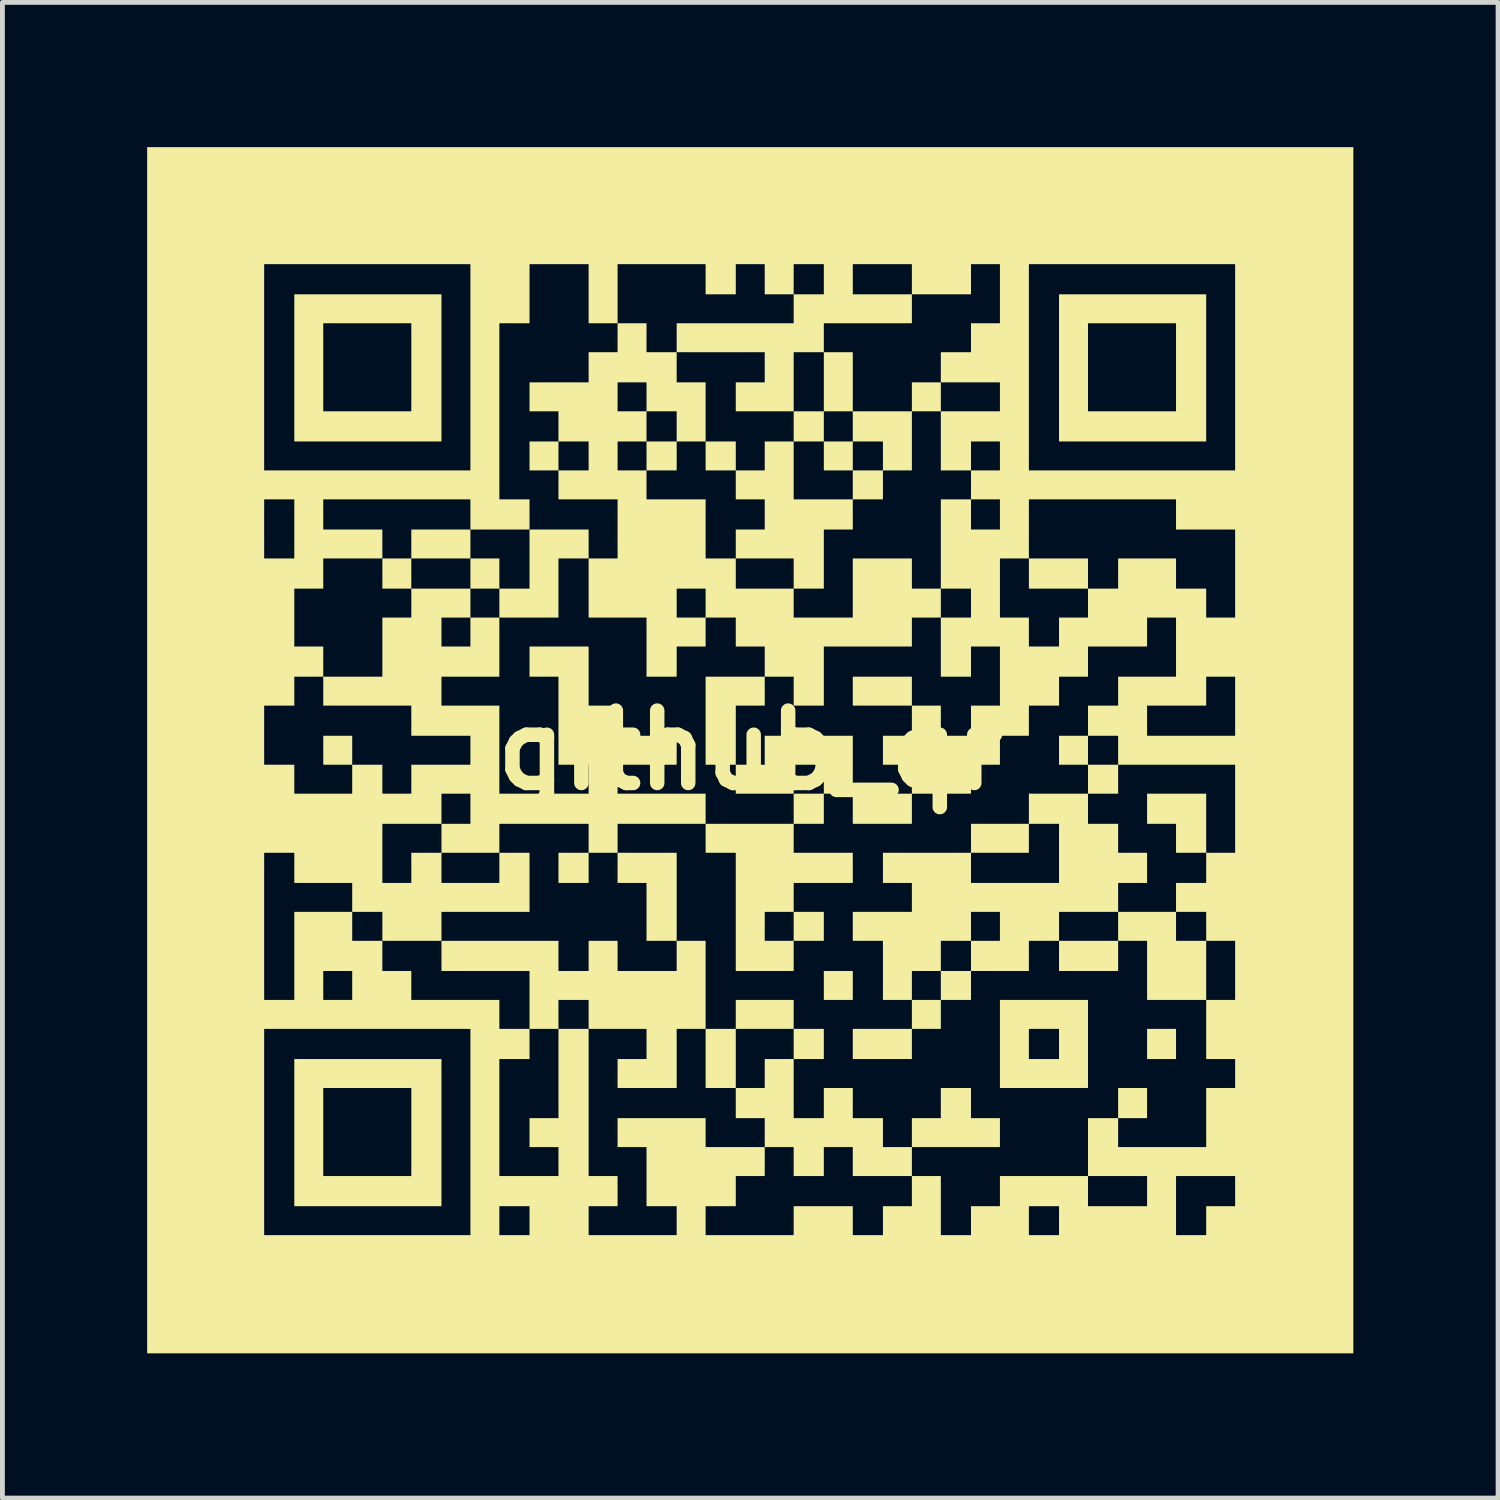
<source format=kicad_pcb>
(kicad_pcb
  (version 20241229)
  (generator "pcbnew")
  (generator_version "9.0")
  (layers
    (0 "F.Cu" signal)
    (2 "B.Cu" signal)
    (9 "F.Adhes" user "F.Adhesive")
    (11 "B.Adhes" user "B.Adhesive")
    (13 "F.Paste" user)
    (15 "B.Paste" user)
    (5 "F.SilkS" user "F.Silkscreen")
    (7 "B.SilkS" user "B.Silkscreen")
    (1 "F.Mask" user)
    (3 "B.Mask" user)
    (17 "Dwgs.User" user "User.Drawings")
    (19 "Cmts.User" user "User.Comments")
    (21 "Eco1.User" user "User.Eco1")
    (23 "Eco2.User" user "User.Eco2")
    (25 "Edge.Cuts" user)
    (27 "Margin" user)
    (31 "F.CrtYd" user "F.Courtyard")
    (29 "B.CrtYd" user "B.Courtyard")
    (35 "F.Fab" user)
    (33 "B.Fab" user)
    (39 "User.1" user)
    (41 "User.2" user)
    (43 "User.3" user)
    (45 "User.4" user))
  (footprint "github_qr"
    (layer "F.Cu")
    (at 12.5 12.5)
    (property "Reference" "github_qr" (at 0 0 0) (layer "F.SilkS") (effects (font (size 1.5 1.5) (thickness 0.3))))
    (attr board_only exclude_from_pos_files exclude_from_bom)
    (fp_poly (pts (xy -8.25 0) (xy -8.25 0.3) (xy -8.55 0.3) (xy -8.85 0.3) (xy -8.85 0) (xy -8.85 -0.3) (xy -8.55 -0.3) (xy -8.25 -0.3)) (stroke (width 0) (type solid)) (fill yes) (layer "F.SilkS"))
    (fp_poly (pts (xy -3.35 2.438) (xy -3.35 2.75) (xy -3.663 2.75) (xy -3.975 2.75) (xy -3.975 2.438) (xy -3.975 2.125) (xy -3.663 2.125) (xy -3.35 2.125)) (stroke (width 0) (type solid)) (fill yes) (layer "F.SilkS"))
    (fp_poly (pts (xy -1.525 -6.1) (xy -1.525 -5.8) (xy -1.837 -5.8) (xy -2.15 -5.8) (xy -2.15 -6.1) (xy -2.15 -6.4) (xy -1.837 -6.4) (xy -1.525 -6.4)) (stroke (width 0) (type solid)) (fill yes) (layer "F.SilkS"))
    (fp_poly (pts (xy 2.125 -6.1) (xy 2.125 -5.8) (xy 1.825 -5.8) (xy 1.525 -5.8) (xy 1.525 -6.1) (xy 1.525 -6.4) (xy 1.825 -6.4) (xy 2.125 -6.4)) (stroke (width 0) (type solid)) (fill yes) (layer "F.SilkS"))
    (fp_poly (pts (xy 2.125 4.875) (xy 2.125 5.175) (xy 1.825 5.175) (xy 1.525 5.175) (xy 1.525 4.875) (xy 1.525 4.575) (xy 1.825 4.575) (xy 2.125 4.575)) (stroke (width 0) (type solid)) (fill yes) (layer "F.SilkS"))
    (fp_poly (pts (xy 3.35 -1.225) (xy 3.35 -0.925) (xy 2.737 -0.925) (xy 2.125 -0.925) (xy 2.125 -1.225) (xy 2.125 -1.525) (xy 2.737 -1.525) (xy 3.35 -1.525)) (stroke (width 0) (type solid)) (fill yes) (layer "F.SilkS"))
    (fp_poly (pts (xy 3.35 1.212) (xy 3.35 1.525) (xy 2.737 1.525) (xy 2.125 1.525) (xy 2.125 1.212) (xy 2.125 0.9) (xy 2.737 0.9) (xy 3.35 0.9)) (stroke (width 0) (type solid)) (fill yes) (layer "F.SilkS"))
    (fp_poly (pts (xy 7 -3.663) (xy 7 -3.35) (xy 6.388 -3.35) (xy 5.775 -3.35) (xy 5.775 -3.663) (xy 5.775 -3.975) (xy 6.388 -3.975) (xy 7 -3.975)) (stroke (width 0) (type solid)) (fill yes) (layer "F.SilkS"))
    (fp_poly (pts (xy 7 0) (xy 7 0.3) (xy 6.7 0.3) (xy 6.4 0.3) (xy 6.4 0) (xy 6.4 -0.3) (xy 6.7 -0.3) (xy 7 -0.3)) (stroke (width 0) (type solid)) (fill yes) (layer "F.SilkS"))
    (fp_poly (pts (xy 8.225 7.312) (xy 8.225 7.625) (xy 7.925 7.625) (xy 7.625 7.625) (xy 7.625 7.312) (xy 7.625 7) (xy 7.925 7) (xy 8.225 7)) (stroke (width 0) (type solid)) (fill yes) (layer "F.SilkS"))
    (fp_poly (pts (xy 8.825 6.088) (xy 8.825 6.4) (xy 8.525 6.4) (xy 8.225 6.4) (xy 8.225 6.088) (xy 8.225 5.775) (xy 8.525 5.775) (xy 8.825 5.775)) (stroke (width 0) (type solid)) (fill yes) (layer "F.SilkS"))
    (fp_poly (pts (xy -1.525 3.038) (xy -1.525 3.95) (xy -1.837 3.95) (xy -2.15 3.95) (xy -2.15 3.35) (xy -2.15 2.75) (xy -2.45 2.75) (xy -2.75 2.75) (xy -2.75 2.438) (xy -2.75 2.125) (xy -2.138 2.125) (xy -1.525 2.125)) (stroke (width 0) (type solid)) (fill yes) (layer "F.SilkS"))
    (fp_poly (pts (xy 9.45 1.512) (xy 9.45 2.125) (xy 9.137 2.125) (xy 8.825 2.125) (xy 8.825 1.825) (xy 8.825 1.525) (xy 8.525 1.525) (xy 8.225 1.525) (xy 8.225 1.212) (xy 8.225 0.9) (xy 8.838 0.9) (xy 9.45 0.9)) (stroke (width 0) (type solid)) (fill yes) (layer "F.SilkS"))
    (fp_poly (pts (xy -5.8 -4.275) (xy -5.8 -3.975) (xy -6.412 -3.975) (xy -7.025 -3.975) (xy -7.025 -3.663) (xy -7.025 -3.35) (xy -7.325 -3.35) (xy -7.625 -3.35) (xy -7.625 -3.663) (xy -7.625 -3.975) (xy -7.325 -3.975) (xy -7.025 -3.975) (xy -7.025 -4.275) (xy -7.025 -4.575) (xy -6.412 -4.575) (xy -5.8 -4.575)) (stroke (width 0) (type solid)) (fill yes) (layer "F.SilkS"))
    (fp_poly (pts (xy 7 6.088) (xy 7 7) (xy 6.088 7) (xy 5.175 7) (xy 5.175 6.088) (xy 5.775 6.088) (xy 5.775 6.4) (xy 6.088 6.4) (xy 6.4 6.4) (xy 6.4 6.088) (xy 6.4 5.775) (xy 6.088 5.775) (xy 5.775 5.775) (xy 5.775 6.088) (xy 5.175 6.088) (xy 5.175 5.175) (xy 6.088 5.175) (xy 7 5.175)) (stroke (width 0) (type solid)) (fill yes) (layer "F.SilkS"))
    (fp_poly (pts (xy -6.4 -7.925) (xy -6.4 -6.4) (xy -7.925 -6.4) (xy -9.45 -6.4) (xy -9.45 -7.925) (xy -9.45 -7.938) (xy -8.85 -7.938) (xy -8.85 -7.025) (xy -7.938 -7.025) (xy -7.025 -7.025) (xy -7.025 -7.938) (xy -7.025 -8.85) (xy -7.938 -8.85) (xy -8.85 -8.85) (xy -8.85 -7.938) (xy -9.45 -7.938) (xy -9.45 -9.45) (xy -7.925 -9.45) (xy -6.4 -9.45)) (stroke (width 0) (type solid)) (fill yes) (layer "F.SilkS"))
    (fp_poly (pts (xy -6.4 7.925) (xy -6.4 9.45) (xy -7.925 9.45) (xy -9.45 9.45) (xy -9.45 7.925) (xy -9.45 7.912) (xy -8.85 7.912) (xy -8.85 8.825) (xy -7.938 8.825) (xy -7.025 8.825) (xy -7.025 7.912) (xy -7.025 7) (xy -7.938 7) (xy -8.85 7) (xy -8.85 7.912) (xy -9.45 7.912) (xy -9.45 6.4) (xy -7.925 6.4) (xy -6.4 6.4)) (stroke (width 0) (type solid)) (fill yes) (layer "F.SilkS"))
    (fp_poly (pts (xy 9.45 -7.925) (xy 9.45 -6.4) (xy 7.925 -6.4) (xy 6.4 -6.4) (xy 6.4 -7.925) (xy 6.4 -7.938) (xy 7 -7.938) (xy 7 -7.025) (xy 7.912 -7.025) (xy 8.825 -7.025) (xy 8.825 -7.938) (xy 8.825 -8.85) (xy 7.912 -8.85) (xy 7 -8.85) (xy 7 -7.938) (xy 6.4 -7.938) (xy 6.4 -9.45) (xy 7.925 -9.45) (xy 9.45 -9.45)) (stroke (width 0) (type solid)) (fill yes) (layer "F.SilkS"))
    (fp_poly (pts (xy -3.975 4.263) (xy -3.975 4.575) (xy -3.663 4.575) (xy -3.35 4.575) (xy -3.35 4.263) (xy -3.35 3.95) (xy -3.05 3.95) (xy -2.75 3.95) (xy -2.75 4.263) (xy -2.75 4.575) (xy -2.138 4.575) (xy -1.525 4.575) (xy -1.525 4.263) (xy -1.525 3.95) (xy -1.225 3.95) (xy -0.925 3.95) (xy -0.925 4.862) (xy -0.925 5.775) (xy -0.613 5.775) (xy -0.3 5.775) (xy -0.3 5.475) (xy -0.3 5.175) (xy 0.3 5.175) (xy 0.9 5.175) (xy 0.9 5.475) (xy 0.9 5.775) (xy 0.3 5.775) (xy -0.3 5.775) (xy -0.3 6.388) (xy -0.3 7) (xy 0 7) (xy 0.3 7) (xy 0.3 6.7) (xy 0.3 6.4) (xy 0.6 6.4) (xy 0.9 6.4) (xy 0.9 6.088) (xy 0.9 5.775) (xy 1.212 5.775) (xy 1.525 5.775) (xy 1.525 6.088) (xy 1.525 6.4) (xy 1.212 6.4) (xy 0.9 6.4) (xy 0.9 7.013) (xy 0.9 7.625) (xy 1.212 7.625) (xy 1.525 7.625) (xy 1.525 7.312) (xy 1.525 7) (xy 1.825 7) (xy 2.125 7) (xy 2.125 7.312) (xy 2.125 7.625) (xy 2.438 7.625) (xy 2.75 7.625) (xy 2.75 7.925) (xy 2.75 8.225) (xy 3.05 8.225) (xy 3.35 8.225) (xy 3.35 7.925) (xy 3.35 7.625) (xy 3.65 7.625) (xy 3.95 7.625) (xy 3.95 7.312) (xy 3.95 7) (xy 4.263 7) (xy 4.575 7) (xy 4.575 7.312) (xy 4.575 7.625) (xy 4.875 7.625) (xy 5.175 7.625) (xy 5.175 7.925) (xy 5.175 8.225) (xy 4.263 8.225) (xy 3.35 8.225) (xy 3.35 8.525) (xy 3.35 8.825) (xy 2.737 8.825) (xy 2.125 8.825) (xy 2.125 8.525) (xy 2.125 8.225) (xy 1.825 8.225) (xy 1.525 8.225) (xy 1.525 8.525) (xy 1.525 8.825) (xy 1.212 8.825) (xy 0.9 8.825) (xy 0.9 8.525) (xy 0.9 8.225) (xy 0.6 8.225) (xy 0.3 8.225) (xy 0.3 7.925) (xy 0.3 7.625) (xy 0 7.625) (xy -0.3 7.625) (xy -0.3 7.312) (xy -0.3 7) (xy -0.613 7) (xy -0.925 7) (xy -0.925 6.388) (xy -0.925 5.775) (xy -1.225 5.775) (xy -1.525 5.775) (xy -1.525 6.388) (xy -1.525 7) (xy -2.138 7) (xy -2.75 7) (xy -2.75 6.7) (xy -2.75 6.4) (xy -2.45 6.4) (xy -2.15 6.4) (xy -2.15 6.088) (xy -2.15 5.775) (xy -2.75 5.775) (xy -3.35 5.775) (xy -3.35 5.475) (xy -3.35 5.175) (xy -3.663 5.175) (xy -3.975 5.175) (xy -3.975 5.475) (xy -3.975 5.775) (xy -4.275 5.775) (xy -4.575 5.775) (xy -4.575 5.175) (xy -4.575 4.575) (xy -5.487 4.575) (xy -6.4 4.575) (xy -6.4 4.263) (xy -6.4 3.95) (xy -5.188 3.95) (xy -3.975 3.95)) (stroke (width 0) (type solid)) (fill yes) (layer "F.SilkS"))
    (fp_poly (pts (xy 7.625 0.6) (xy 7.625 0.9) (xy 7.312 0.9) (xy 7 0.9) (xy 7 1.212) (xy 7 1.525) (xy 7.312 1.525) (xy 7.625 1.525) (xy 7.625 1.825) (xy 7.625 2.125) (xy 7.925 2.125) (xy 8.225 2.125) (xy 8.225 2.438) (xy 8.225 2.75) (xy 7.925 2.75) (xy 7.625 2.75) (xy 7.625 3.05) (xy 7.625 3.35) (xy 7.013 3.35) (xy 6.4 3.35) (xy 6.4 3.65) (xy 6.4 3.95) (xy 7.013 3.95) (xy 7.625 3.95) (xy 7.625 3.65) (xy 7.625 3.35) (xy 8.225 3.35) (xy 8.825 3.35) (xy 8.825 3.65) (xy 8.825 3.95) (xy 9.137 3.95) (xy 9.45 3.95) (xy 9.45 4.562) (xy 9.45 5.175) (xy 8.838 5.175) (xy 8.225 5.175) (xy 8.225 4.562) (xy 8.225 3.95) (xy 7.925 3.95) (xy 7.625 3.95) (xy 7.625 4.263) (xy 7.625 4.575) (xy 7.013 4.575) (xy 6.4 4.575) (xy 6.4 4.263) (xy 6.4 3.95) (xy 6.088 3.95) (xy 5.775 3.95) (xy 5.775 4.263) (xy 5.775 4.575) (xy 5.175 4.575) (xy 4.575 4.575) (xy 4.575 4.875) (xy 4.575 5.175) (xy 4.263 5.175) (xy 3.95 5.175) (xy 3.95 5.475) (xy 3.95 5.775) (xy 3.65 5.775) (xy 3.35 5.775) (xy 3.35 6.088) (xy 3.35 6.4) (xy 2.737 6.4) (xy 2.125 6.4) (xy 2.125 6.088) (xy 2.125 5.775) (xy 2.737 5.775) (xy 3.35 5.775) (xy 3.35 5.475) (xy 3.35 5.175) (xy 3.05 5.175) (xy 2.75 5.175) (xy 2.75 4.575) (xy 3.35 4.575) (xy 3.35 4.875) (xy 3.35 5.175) (xy 3.65 5.175) (xy 3.95 5.175) (xy 3.95 4.875) (xy 3.95 4.575) (xy 4.263 4.575) (xy 4.575 4.575) (xy 4.575 4.263) (xy 4.575 3.95) (xy 4.875 3.95) (xy 5.175 3.95) (xy 5.175 3.65) (xy 5.175 3.35) (xy 4.875 3.35) (xy 4.575 3.35) (xy 4.575 3.65) (xy 4.575 3.95) (xy 4.263 3.95) (xy 3.95 3.95) (xy 3.95 4.263) (xy 3.95 4.575) (xy 3.65 4.575) (xy 3.35 4.575) (xy 2.75 4.575) (xy 2.75 4.562) (xy 2.75 3.95) (xy 2.438 3.95) (xy 2.125 3.95) (xy 2.125 3.65) (xy 2.125 3.35) (xy 2.737 3.35) (xy 3.35 3.35) (xy 3.35 3.05) (xy 3.35 2.75) (xy 3.05 2.75) (xy 2.75 2.75) (xy 2.75 2.438) (xy 2.75 2.125) (xy 3.663 2.125) (xy 4.575 2.125) (xy 4.575 2.438) (xy 4.575 2.75) (xy 5.487 2.75) (xy 6.4 2.75) (xy 6.4 2.138) (xy 6.4 1.525) (xy 6.088 1.525) (xy 5.775 1.525) (xy 5.775 1.825) (xy 5.775 2.125) (xy 5.175 2.125) (xy 4.575 2.125) (xy 4.575 1.825) (xy 4.575 1.525) (xy 5.175 1.525) (xy 5.775 1.525) (xy 5.775 1.212) (xy 5.775 0.9) (xy 6.388 0.9) (xy 7 0.9) (xy 7 0.6) (xy 7 0.3) (xy 7.312 0.3) (xy 7.625 0.3)) (stroke (width 0) (type solid)) (fill yes) (layer "F.SilkS"))
    (fp_poly (pts (xy -2.15 -8.55) (xy -2.15 -8.25) (xy -1.837 -8.25) (xy -1.525 -8.25) (xy -1.525 -7.938) (xy -1.525 -7.625) (xy -1.225 -7.625) (xy -0.925 -7.625) (xy -0.925 -7.013) (xy -0.925 -6.4) (xy -1.225 -6.4) (xy -1.525 -6.4) (xy -1.525 -6.713) (xy -1.525 -7.025) (xy -1.837 -7.025) (xy -2.15 -7.025) (xy -2.15 -6.713) (xy -2.15 -6.4) (xy -2.45 -6.4) (xy -2.75 -6.4) (xy -2.75 -6.1) (xy -2.75 -5.8) (xy -2.45 -5.8) (xy -2.15 -5.8) (xy -2.15 -5.5) (xy -2.15 -5.2) (xy -1.538 -5.2) (xy -0.925 -5.2) (xy -0.925 -4.588) (xy -0.925 -3.975) (xy -0.613 -3.975) (xy -0.3 -3.975) (xy -0.3 -4.275) (xy -0.3 -4.575) (xy 0 -4.575) (xy 0.3 -4.575) (xy 0.3 -4.888) (xy 0.3 -5.2) (xy 0 -5.2) (xy -0.3 -5.2) (xy -0.3 -5.5) (xy -0.3 -5.8) (xy -0.613 -5.8) (xy -0.925 -5.8) (xy -0.925 -6.1) (xy -0.925 -6.4) (xy -0.613 -6.4) (xy -0.3 -6.4) (xy -0.3 -6.1) (xy -0.3 -5.8) (xy 0 -5.8) (xy 0.3 -5.8) (xy 0.3 -6.1) (xy 0.3 -6.4) (xy 0.6 -6.4) (xy 0.9 -6.4) (xy 0.9 -5.8) (xy 0.9 -5.2) (xy 1.512 -5.2) (xy 2.125 -5.2) (xy 2.125 -5.5) (xy 2.125 -5.8) (xy 2.438 -5.8) (xy 2.75 -5.8) (xy 2.75 -6.1) (xy 2.75 -6.4) (xy 2.438 -6.4) (xy 2.125 -6.4) (xy 2.125 -6.713) (xy 2.125 -7.025) (xy 1.825 -7.025) (xy 1.525 -7.025) (xy 1.525 -6.713) (xy 1.525 -6.4) (xy 1.212 -6.4) (xy 0.9 -6.4) (xy 0.9 -6.713) (xy 0.9 -7.025) (xy 1.212 -7.025) (xy 1.525 -7.025) (xy 1.525 -7.638) (xy 1.525 -8.25) (xy 1.825 -8.25) (xy 2.125 -8.25) (xy 2.125 -7.638) (xy 2.125 -7.025) (xy 2.737 -7.025) (xy 3.35 -7.025) (xy 3.35 -7.325) (xy 3.35 -7.625) (xy 3.65 -7.625) (xy 3.95 -7.625) (xy 3.95 -7.325) (xy 3.95 -7.025) (xy 3.65 -7.025) (xy 3.35 -7.025) (xy 3.35 -6.412) (xy 3.35 -5.8) (xy 3.05 -5.8) (xy 2.75 -5.8) (xy 2.75 -5.5) (xy 2.75 -5.2) (xy 2.438 -5.2) (xy 2.125 -5.2) (xy 2.125 -4.888) (xy 2.125 -4.575) (xy 1.825 -4.575) (xy 1.525 -4.575) (xy 1.525 -3.962) (xy 1.525 -3.35) (xy 1.212 -3.35) (xy 0.9 -3.35) (xy 0.9 -3.05) (xy 0.9 -2.75) (xy 1.512 -2.75) (xy 2.125 -2.75) (xy 2.125 -3.362) (xy 2.125 -3.975) (xy 2.737 -3.975) (xy 3.35 -3.975) (xy 3.35 -3.663) (xy 3.35 -3.35) (xy 3.65 -3.35) (xy 3.95 -3.35) (xy 3.95 -3.05) (xy 3.95 -2.75) (xy 3.65 -2.75) (xy 3.35 -2.75) (xy 3.35 -2.45) (xy 3.35 -2.15) (xy 2.438 -2.15) (xy 1.525 -2.15) (xy 1.525 -1.538) (xy 1.525 -0.925) (xy 1.212 -0.925) (xy 0.9 -0.925) (xy 0.9 -1.225) (xy 0.9 -1.525) (xy 0.6 -1.525) (xy 0.3 -1.525) (xy 0.3 -1.225) (xy 0.3 -0.925) (xy 0 -0.925) (xy -0.3 -0.925) (xy -0.3 -0.312) (xy -0.3 0.3) (xy 0 0.3) (xy 0.3 0.3) (xy 0.3 0) (xy 0.3 -0.3) (xy 1.212 -0.3) (xy 2.125 -0.3) (xy 2.125 0.3) (xy 2.125 0.9) (xy 1.825 0.9) (xy 1.525 0.9) (xy 1.525 1.212) (xy 1.525 1.525) (xy 1.212 1.525) (xy 0.9 1.525) (xy 0.9 1.825) (xy 0.9 2.125) (xy 1.512 2.125) (xy 2.125 2.125) (xy 2.125 2.438) (xy 2.125 2.75) (xy 1.512 2.75) (xy 0.9 2.75) (xy 0.9 3.05) (xy 0.9 3.35) (xy 0.6 3.35) (xy 0.3 3.35) (xy 0.3 3.65) (xy 0.3 3.95) (xy 0.6 3.95) (xy 0.9 3.95) (xy 0.9 3.65) (xy 0.9 3.35) (xy 1.212 3.35) (xy 1.525 3.35) (xy 1.525 3.65) (xy 1.525 3.95) (xy 1.212 3.95) (xy 0.9 3.95) (xy 0.9 4.263) (xy 0.9 4.575) (xy 0.3 4.575) (xy -0.3 4.575) (xy -0.3 3.35) (xy -0.3 2.125) (xy -0.613 2.125) (xy -0.925 2.125) (xy -0.925 1.825) (xy -0.925 1.525) (xy -0.013 1.525) (xy 0.9 1.525) (xy 0.9 1.212) (xy 0.9 0.9) (xy 0.3 0.9) (xy -0.3 0.9) (xy -0.3 0.6) (xy 0.9 0.6) (xy 0.9 0.9) (xy 1.212 0.9) (xy 1.525 0.9) (xy 1.525 0.6) (xy 1.525 0.3) (xy 1.212 0.3) (xy 0.9 0.3) (xy 0.9 0.6) (xy -0.3 0.6) (xy -0.3 0.3) (xy -0.613 0.3) (xy -0.925 0.3) (xy -0.925 -0.613) (xy -0.925 -1.525) (xy -0.312 -1.525) (xy 0.3 -1.525) (xy 0.3 -1.837) (xy 0.3 -2.15) (xy 0 -2.15) (xy -0.3 -2.15) (xy -0.3 -2.45) (xy -0.3 -2.75) (xy -0.613 -2.75) (xy -0.925 -2.75) (xy -0.925 -2.45) (xy -0.925 -2.15) (xy -1.225 -2.15) (xy -1.525 -2.15) (xy -1.525 -1.837) (xy -1.525 -1.525) (xy -1.837 -1.525) (xy -2.15 -1.525) (xy -2.15 -2.138) (xy -2.15 -2.75) (xy -2.75 -2.75) (xy -3.35 -2.75) (xy -3.35 -3.05) (xy -1.525 -3.05) (xy -1.525 -2.75) (xy -1.225 -2.75) (xy -0.925 -2.75) (xy -0.925 -3.05) (xy -0.925 -3.35) (xy -1.225 -3.35) (xy -1.525 -3.35) (xy -1.525 -3.05) (xy -3.35 -3.05) (xy -3.35 -3.362) (xy -3.35 -3.663) (xy -0.3 -3.663) (xy -0.3 -3.35) (xy 0.3 -3.35) (xy 0.9 -3.35) (xy 0.9 -3.663) (xy 0.9 -3.975) (xy 0.3 -3.975) (xy -0.3 -3.975) (xy -0.3 -3.663) (xy -3.35 -3.663) (xy -3.35 -3.975) (xy -3.663 -3.975) (xy -3.975 -3.975) (xy -3.975 -3.362) (xy -3.975 -2.75) (xy -4.588 -2.75) (xy -5.2 -2.75) (xy -5.2 -3.05) (xy -5.2 -3.35) (xy -5.5 -3.35) (xy -5.8 -3.35) (xy -5.8 -3.663) (xy -5.8 -3.975) (xy -5.5 -3.975) (xy -5.2 -3.975) (xy -5.2 -3.663) (xy -5.2 -3.35) (xy -4.888 -3.35) (xy -4.575 -3.35) (xy -4.575 -3.962) (xy -4.575 -4.575) (xy -3.962 -4.575) (xy -3.35 -4.575) (xy -3.35 -4.275) (xy -3.35 -3.975) (xy -3.05 -3.975) (xy -2.75 -3.975) (xy -2.75 -4.588) (xy -2.75 -5.2) (xy -3.362 -5.2) (xy -3.975 -5.2) (xy -3.975 -5.5) (xy -3.975 -5.8) (xy -4.275 -5.8) (xy -4.575 -5.8) (xy -4.575 -6.1) (xy -3.975 -6.1) (xy -3.975 -5.8) (xy -3.663 -5.8) (xy -3.35 -5.8) (xy -3.35 -6.1) (xy -3.35 -6.4) (xy -3.663 -6.4) (xy -3.975 -6.4) (xy -3.975 -6.1) (xy -4.575 -6.1) (xy -4.575 -6.4) (xy -4.275 -6.4) (xy -3.975 -6.4) (xy -3.975 -6.713) (xy -3.975 -7.025) (xy -4.275 -7.025) (xy -4.575 -7.025) (xy -4.575 -7.325) (xy -2.75 -7.325) (xy -2.75 -7.025) (xy -2.45 -7.025) (xy -2.15 -7.025) (xy -2.15 -7.325) (xy -2.15 -7.625) (xy -2.45 -7.625) (xy -2.75 -7.625) (xy -2.75 -7.325) (xy -4.575 -7.325) (xy -4.575 -7.625) (xy -3.962 -7.625) (xy -3.35 -7.625) (xy -3.35 -7.938) (xy -3.35 -8.25) (xy -3.05 -8.25) (xy -2.75 -8.25) (xy -2.75 -8.55) (xy -2.75 -8.85) (xy -2.45 -8.85) (xy -2.15 -8.85)) (stroke (width 0) (type solid)) (fill yes) (layer "F.SilkS"))
    (fp_poly (pts (xy 12.5 0) (xy 12.5 12.5) (xy 0 12.5) (xy -12.5 12.5) (xy -12.5 7.912) (xy -10.075 7.912) (xy -10.075 10.05) (xy -7.938 10.05) (xy -5.8 10.05) (xy -5.8 9.75) (xy -5.2 9.75) (xy -5.2 10.05) (xy -4.888 10.05) (xy -4.575 10.05) (xy -4.575 9.75) (xy -4.575 9.45) (xy -4.888 9.45) (xy -5.2 9.45) (xy -5.2 9.75) (xy -5.8 9.75) (xy -5.8 7.912) (xy -5.8 5.775) (xy -7.938 5.775) (xy -10.075 5.775) (xy -10.075 7.912) (xy -12.5 7.912) (xy -12.5 3.65) (xy -10.075 3.65) (xy -10.075 5.175) (xy -9.762 5.175) (xy -9.45 5.175) (xy -9.45 4.875) (xy -8.85 4.875) (xy -8.85 5.175) (xy -8.55 5.175) (xy -8.25 5.175) (xy -8.25 4.875) (xy -8.25 4.575) (xy -8.55 4.575) (xy -8.85 4.575) (xy -8.85 4.875) (xy -9.45 4.875) (xy -9.45 4.263) (xy -9.45 3.35) (xy -8.85 3.35) (xy -8.25 3.35) (xy -8.25 3.05) (xy -8.25 2.75) (xy -8.85 2.75) (xy -9.45 2.75) (xy -9.45 2.438) (xy -9.45 2.125) (xy -9.762 2.125) (xy -10.075 2.125) (xy -10.075 3.65) (xy -12.5 3.65) (xy -12.5 0) (xy -12.5 -0.925) (xy -10.075 -0.925) (xy -10.075 -0.312) (xy -10.075 0.3) (xy -9.762 0.3) (xy -9.45 0.3) (xy -9.45 0.6) (xy -9.45 0.9) (xy -8.85 0.9) (xy -8.25 0.9) (xy -8.25 0.6) (xy -8.25 0.3) (xy -7.938 0.3) (xy -7.625 0.3) (xy -7.625 0.6) (xy -7.625 0.9) (xy -7.325 0.9) (xy -7.025 0.9) (xy -7.025 0.6) (xy -7.025 0.3) (xy -6.412 0.3) (xy -5.8 0.3) (xy -5.8 0) (xy -5.8 -0.3) (xy -6.412 -0.3) (xy -7.025 -0.3) (xy -7.025 -0.613) (xy -7.025 -0.925) (xy -7.938 -0.925) (xy -8.85 -0.925) (xy -8.85 -1.225) (xy -8.85 -1.525) (xy -8.238 -1.525) (xy -7.625 -1.525) (xy -7.625 -2.138) (xy -7.625 -2.75) (xy -7.325 -2.75) (xy -7.025 -2.75) (xy -7.025 -3.05) (xy -7.025 -3.35) (xy -6.412 -3.35) (xy -5.8 -3.35) (xy -5.8 -3.05) (xy -5.8 -2.75) (xy -6.1 -2.75) (xy -6.4 -2.75) (xy -6.4 -2.45) (xy -6.4 -2.15) (xy -6.1 -2.15) (xy -5.8 -2.15) (xy -5.8 -2.45) (xy -5.8 -2.75) (xy -5.5 -2.75) (xy -5.2 -2.75) (xy -5.2 -2.138) (xy -5.2 -1.525) (xy -5.8 -1.525) (xy -6.4 -1.525) (xy -6.4 -1.225) (xy -6.4 -0.925) (xy -5.8 -0.925) (xy -5.2 -0.925) (xy -5.2 -0.013) (xy -5.2 0.9) (xy -4.275 0.9) (xy -3.35 0.9) (xy -3.35 0.6) (xy -3.35 0.3) (xy -3.663 0.3) (xy -3.975 0.3) (xy -3.975 -0.613) (xy -3.975 -1.525) (xy -4.275 -1.525) (xy -4.575 -1.525) (xy -4.575 -1.837) (xy -4.575 -2.15) (xy -3.962 -2.15) (xy -3.35 -2.15) (xy -3.35 -1.538) (xy -3.35 -0.925) (xy -3.05 -0.925) (xy -2.75 -0.925) (xy -2.75 -0.613) (xy -2.75 -0.3) (xy -2.138 -0.3) (xy -1.525 -0.3) (xy -1.525 0) (xy -1.525 0.3) (xy -2.138 0.3) (xy -2.75 0.3) (xy -2.75 0.6) (xy -2.75 0.9) (xy -1.837 0.9) (xy -0.925 0.9) (xy -0.925 1.212) (xy -0.925 1.525) (xy -1.837 1.525) (xy -2.75 1.525) (xy -2.75 1.825) (xy -2.75 2.125) (xy -3.05 2.125) (xy -3.35 2.125) (xy -3.35 1.825) (xy -3.35 1.525) (xy -4.275 1.525) (xy -5.2 1.525) (xy -5.2 1.825) (xy -5.2 2.125) (xy -5.8 2.125) (xy -6.4 2.125) (xy -6.4 1.825) (xy -6.4 1.525) (xy -6.1 1.525) (xy -5.8 1.525) (xy -5.8 1.212) (xy -5.8 0.9) (xy -6.1 0.9) (xy -6.4 0.9) (xy -6.4 1.212) (xy -6.4 1.525) (xy -7.013 1.525) (xy -7.625 1.525) (xy -7.625 2.138) (xy -7.625 2.75) (xy -7.325 2.75) (xy -7.025 2.75) (xy -7.025 2.438) (xy -7.025 2.125) (xy -6.713 2.125) (xy -6.4 2.125) (xy -6.4 2.438) (xy -6.4 2.75) (xy -5.8 2.75) (xy -5.2 2.75) (xy -5.2 2.438) (xy -5.2 2.125) (xy -4.888 2.125) (xy -4.575 2.125) (xy -4.575 2.737) (xy -4.575 3.35) (xy -5.487 3.35) (xy -6.4 3.35) (xy -6.4 3.65) (xy -6.4 3.95) (xy -7.013 3.95) (xy -7.625 3.95) (xy -7.625 3.65) (xy -7.625 3.35) (xy -7.938 3.35) (xy -8.25 3.35) (xy -8.25 3.65) (xy -8.25 3.95) (xy -7.938 3.95) (xy -7.625 3.95) (xy -7.625 4.263) (xy -7.625 4.575) (xy -7.325 4.575) (xy -7.025 4.575) (xy -7.025 4.875) (xy -7.025 5.175) (xy -6.112 5.175) (xy -5.2 5.175) (xy -5.2 5.475) (xy -5.2 5.775) (xy -4.888 5.775) (xy -4.575 5.775) (xy -4.575 6.088) (xy -4.575 6.4) (xy -4.888 6.4) (xy -5.2 6.4) (xy -5.2 7.612) (xy -5.2 8.825) (xy -4.588 8.825) (xy -3.975 8.825) (xy -3.975 8.525) (xy -3.975 8.225) (xy -4.275 8.225) (xy -4.575 8.225) (xy -4.575 7.925) (xy -4.575 7.625) (xy -4.275 7.625) (xy -3.975 7.625) (xy -3.975 6.7) (xy -3.975 5.775) (xy -3.663 5.775) (xy -3.35 5.775) (xy -3.35 7.3) (xy -3.35 8.825) (xy -3.05 8.825) (xy -2.75 8.825) (xy -2.75 9.137) (xy -2.75 9.45) (xy -3.05 9.45) (xy -3.35 9.45) (xy -3.35 9.75) (xy -3.35 10.05) (xy -2.438 10.05) (xy -1.525 10.05) (xy -1.525 9.75) (xy -1.525 9.45) (xy -1.837 9.45) (xy -2.15 9.45) (xy -2.15 8.838) (xy -2.15 8.225) (xy -2.45 8.225) (xy -2.75 8.225) (xy -2.75 7.925) (xy -2.75 7.625) (xy -1.837 7.625) (xy -0.925 7.625) (xy -0.925 7.925) (xy -0.925 8.225) (xy -0.312 8.225) (xy 0.3 8.225) (xy 0.3 8.525) (xy 0.3 8.825) (xy 0 8.825) (xy -0.3 8.825) (xy -0.3 9.137) (xy -0.3 9.45) (xy -0.613 9.45) (xy -0.925 9.45) (xy -0.925 9.75) (xy -0.925 10.05) (xy -0.013 10.05) (xy 0.9 10.05) (xy 0.9 9.75) (xy 0.9 9.45) (xy 1.512 9.45) (xy 2.125 9.45) (xy 2.125 9.75) (xy 2.125 10.05) (xy 2.438 10.05) (xy 2.75 10.05) (xy 2.75 9.75) (xy 2.75 9.45) (xy 3.05 9.45) (xy 3.35 9.45) (xy 3.35 9.137) (xy 3.35 8.825) (xy 3.65 8.825) (xy 3.95 8.825) (xy 3.95 9.438) (xy 3.95 10.05) (xy 4.263 10.05) (xy 4.575 10.05) (xy 4.575 9.75) (xy 5.775 9.75) (xy 5.775 10.05) (xy 6.088 10.05) (xy 6.4 10.05) (xy 6.4 9.75) (xy 6.4 9.45) (xy 6.088 9.45) (xy 5.775 9.45) (xy 5.775 9.75) (xy 4.575 9.75) (xy 4.575 9.45) (xy 4.875 9.45) (xy 5.175 9.45) (xy 5.175 9.137) (xy 7 9.137) (xy 7 9.45) (xy 7.612 9.45) (xy 8.225 9.45) (xy 8.225 9.438) (xy 8.825 9.438) (xy 8.825 10.05) (xy 9.137 10.05) (xy 9.45 10.05) (xy 9.45 9.75) (xy 9.45 9.45) (xy 9.75 9.45) (xy 10.05 9.45) (xy 10.05 9.137) (xy 10.05 8.825) (xy 9.438 8.825) (xy 8.825 8.825) (xy 8.825 9.438) (xy 8.225 9.438) (xy 8.225 9.137) (xy 8.225 8.825) (xy 7.612 8.825) (xy 7 8.825) (xy 7 9.137) (xy 5.175 9.137) (xy 5.175 8.825) (xy 6.088 8.825) (xy 7 8.825) (xy 7 8.225) (xy 7 7.625) (xy 7.312 7.625) (xy 7.625 7.625) (xy 7.625 7.925) (xy 7.625 8.225) (xy 8.537 8.225) (xy 9.45 8.225) (xy 9.45 7.612) (xy 9.45 7) (xy 9.75 7) (xy 10.05 7) (xy 10.05 6.7) (xy 10.05 6.4) (xy 9.75 6.4) (xy 9.45 6.4) (xy 9.45 5.787) (xy 9.45 5.175) (xy 9.75 5.175) (xy 10.05 5.175) (xy 10.05 4.562) (xy 10.05 3.95) (xy 9.75 3.95) (xy 9.45 3.95) (xy 9.45 3.65) (xy 9.45 3.35) (xy 9.137 3.35) (xy 8.825 3.35) (xy 8.825 3.05) (xy 8.825 2.75) (xy 9.137 2.75) (xy 9.45 2.75) (xy 9.45 2.438) (xy 9.45 2.125) (xy 9.75 2.125) (xy 10.05 2.125) (xy 10.05 1.212) (xy 10.05 0.3) (xy 8.838 0.3) (xy 7.625 0.3) (xy 7.625 0) (xy 7.625 -0.3) (xy 7.312 -0.3) (xy 7 -0.3) (xy 7 -0.613) (xy 7 -0.925) (xy 7.312 -0.925) (xy 7.625 -0.925) (xy 8.225 -0.925) (xy 8.225 -0.613) (xy 8.225 -0.3) (xy 9.137 -0.3) (xy 10.05 -0.3) (xy 10.05 -0.912) (xy 10.05 -1.525) (xy 9.75 -1.525) (xy 9.45 -1.525) (xy 9.45 -1.225) (xy 9.45 -0.925) (xy 8.838 -0.925) (xy 8.225 -0.925) (xy 7.625 -0.925) (xy 7.625 -1.225) (xy 7.625 -1.525) (xy 8.225 -1.525) (xy 8.825 -1.525) (xy 8.825 -2.138) (xy 8.825 -2.75) (xy 8.525 -2.75) (xy 8.225 -2.75) (xy 8.225 -2.45) (xy 8.225 -2.15) (xy 7.612 -2.15) (xy 7 -2.15) (xy 7 -1.837) (xy 7 -1.525) (xy 6.7 -1.525) (xy 6.4 -1.525) (xy 6.4 -1.225) (xy 6.4 -0.925) (xy 6.088 -0.925) (xy 5.775 -0.925) (xy 5.775 -0.613) (xy 5.775 -0.3) (xy 5.475 -0.3) (xy 5.175 -0.3) (xy 5.175 0) (xy 5.175 0.3) (xy 4.875 0.3) (xy 4.575 0.3) (xy 4.575 0.6) (xy 4.575 0.9) (xy 3.962 0.9) (xy 3.35 0.9) (xy 3.35 0.6) (xy 3.35 0.3) (xy 3.05 0.3) (xy 2.75 0.3) (xy 2.75 0) (xy 2.75 -0.3) (xy 3.05 -0.3) (xy 3.35 -0.3) (xy 3.35 -0.613) (xy 3.35 -0.925) (xy 3.65 -0.925) (xy 3.95 -0.925) (xy 3.95 -0.613) (xy 3.95 -0.3) (xy 4.263 -0.3) (xy 4.575 -0.3) (xy 4.575 -0.613) (xy 4.575 -0.925) (xy 4.875 -0.925) (xy 5.175 -0.925) (xy 5.175 -1.538) (xy 5.175 -2.15) (xy 4.875 -2.15) (xy 4.575 -2.15) (xy 4.575 -1.837) (xy 4.575 -1.525) (xy 4.263 -1.525) (xy 3.95 -1.525) (xy 3.95 -2.138) (xy 3.95 -2.75) (xy 4.263 -2.75) (xy 4.575 -2.75) (xy 4.575 -3.05) (xy 4.575 -3.35) (xy 4.263 -3.35) (xy 3.95 -3.35) (xy 3.95 -3.975) (xy 5.175 -3.975) (xy 5.175 -3.362) (xy 5.175 -2.75) (xy 5.475 -2.75) (xy 5.775 -2.75) (xy 5.775 -2.45) (xy 5.775 -2.15) (xy 6.088 -2.15) (xy 6.4 -2.15) (xy 6.4 -2.45) (xy 6.4 -2.75) (xy 6.7 -2.75) (xy 7 -2.75) (xy 7 -3.05) (xy 7 -3.35) (xy 7.312 -3.35) (xy 7.625 -3.35) (xy 7.625 -3.663) (xy 7.625 -3.975) (xy 8.225 -3.975) (xy 8.825 -3.975) (xy 8.825 -3.663) (xy 8.825 -3.35) (xy 9.137 -3.35) (xy 9.45 -3.35) (xy 9.45 -3.05) (xy 9.45 -2.75) (xy 9.75 -2.75) (xy 10.05 -2.75) (xy 10.05 -3.663) (xy 10.05 -4.575) (xy 9.438 -4.575) (xy 8.825 -4.575) (xy 8.825 -4.888) (xy 8.825 -5.2) (xy 7.3 -5.2) (xy 5.775 -5.2) (xy 5.775 -4.588) (xy 5.775 -3.975) (xy 5.475 -3.975) (xy 5.175 -3.975) (xy 3.95 -3.975) (xy 3.95 -4.275) (xy 3.95 -4.888) (xy 4.575 -4.888) (xy 4.575 -4.575) (xy 4.875 -4.575) (xy 5.175 -4.575) (xy 5.175 -4.888) (xy 5.175 -5.2) (xy 4.875 -5.2) (xy 4.575 -5.2) (xy 4.575 -4.888) (xy 3.95 -4.888) (xy 3.95 -5.2) (xy 4.263 -5.2) (xy 4.575 -5.2) (xy 4.575 -5.5) (xy 4.575 -5.8) (xy 4.875 -5.8) (xy 5.175 -5.8) (xy 5.175 -6.1) (xy 5.175 -6.4) (xy 4.875 -6.4) (xy 4.575 -6.4) (xy 4.575 -6.1) (xy 4.575 -5.8) (xy 4.263 -5.8) (xy 3.95 -5.8) (xy 3.95 -6.412) (xy 3.95 -7.025) (xy 4.562 -7.025) (xy 5.175 -7.025) (xy 5.175 -7.325) (xy 5.175 -7.625) (xy 4.562 -7.625) (xy 3.95 -7.625) (xy 3.95 -7.938) (xy 5.775 -7.938) (xy 5.775 -5.8) (xy 7.912 -5.8) (xy 10.05 -5.8) (xy 10.05 -7.938) (xy 10.05 -10.075) (xy 7.912 -10.075) (xy 5.775 -10.075) (xy 5.775 -7.938) (xy 3.95 -7.938) (xy 3.95 -8.25) (xy 4.263 -8.25) (xy 4.575 -8.25) (xy 4.575 -8.55) (xy 4.575 -8.85) (xy 4.875 -8.85) (xy 5.175 -8.85) (xy 5.175 -9.463) (xy 5.175 -10.075) (xy 4.875 -10.075) (xy 4.575 -10.075) (xy 4.575 -9.762) (xy 4.575 -9.45) (xy 3.962 -9.45) (xy 3.35 -9.45) (xy 3.35 -9.762) (xy 3.35 -10.075) (xy 2.737 -10.075) (xy 2.125 -10.075) (xy 2.125 -9.762) (xy 2.125 -9.45) (xy 2.737 -9.45) (xy 3.35 -9.45) (xy 3.35 -9.15) (xy 3.35 -8.85) (xy 2.438 -8.85) (xy 1.525 -8.85) (xy 1.525 -8.55) (xy 1.525 -8.25) (xy 1.212 -8.25) (xy 0.9 -8.25) (xy 0.9 -7.638) (xy 0.9 -7.025) (xy 0.3 -7.025) (xy -0.3 -7.025) (xy -0.3 -7.325) (xy -0.3 -7.625) (xy 0 -7.625) (xy 0.3 -7.625) (xy 0.3 -7.938) (xy 0.3 -8.25) (xy -0.613 -8.25) (xy -1.525 -8.25) (xy -1.525 -8.55) (xy -1.525 -8.85) (xy -0.312 -8.85) (xy 0.9 -8.85) (xy 0.9 -9.15) (xy 0.9 -9.45) (xy 1.212 -9.45) (xy 1.525 -9.45) (xy 1.525 -9.762) (xy 1.525 -10.075) (xy 1.212 -10.075) (xy 0.9 -10.075) (xy 0.9 -9.762) (xy 0.9 -9.45) (xy 0.6 -9.45) (xy 0.3 -9.45) (xy 0.3 -9.762) (xy 0.3 -10.075) (xy 0 -10.075) (xy -0.3 -10.075) (xy -0.3 -9.762) (xy -0.3 -9.45) (xy -0.613 -9.45) (xy -0.925 -9.45) (xy -0.925 -9.762) (xy -0.925 -10.075) (xy -1.837 -10.075) (xy -2.75 -10.075) (xy -2.75 -9.463) (xy -2.75 -8.85) (xy -3.05 -8.85) (xy -3.35 -8.85) (xy -3.35 -9.463) (xy -3.35 -10.075) (xy -3.962 -10.075) (xy -4.575 -10.075) (xy -4.575 -9.463) (xy -4.575 -8.85) (xy -4.888 -8.85) (xy -5.2 -8.85) (xy -5.2 -7.025) (xy -5.2 -5.2) (xy -4.888 -5.2) (xy -4.575 -5.2) (xy -4.575 -4.888) (xy -4.575 -4.575) (xy -5.188 -4.575) (xy -5.8 -4.575) (xy -5.8 -4.888) (xy -5.8 -5.2) (xy -7.325 -5.2) (xy -8.85 -5.2) (xy -8.85 -4.888) (xy -8.85 -4.575) (xy -8.238 -4.575) (xy -7.625 -4.575) (xy -7.625 -4.275) (xy -7.625 -3.975) (xy -8.238 -3.975) (xy -8.85 -3.975) (xy -8.85 -3.663) (xy -8.85 -3.35) (xy -9.15 -3.35) (xy -9.45 -3.35) (xy -9.45 -2.75) (xy -9.45 -2.15) (xy -9.15 -2.15) (xy -8.85 -2.15) (xy -8.85 -1.837) (xy -8.85 -1.525) (xy -9.15 -1.525) (xy -9.45 -1.525) (xy -9.45 -1.225) (xy -9.45 -0.925) (xy -9.762 -0.925) (xy -10.075 -0.925) (xy -12.5 -0.925) (xy -12.5 -4.588) (xy -10.075 -4.588) (xy -10.075 -3.975) (xy -9.762 -3.975) (xy -9.45 -3.975) (xy -9.45 -4.588) (xy -9.45 -5.2) (xy -9.762 -5.2) (xy -10.075 -5.2) (xy -10.075 -4.588) (xy -12.5 -4.588) (xy -12.5 -7.938) (xy -10.075 -7.938) (xy -10.075 -5.8) (xy -7.938 -5.8) (xy -5.8 -5.8) (xy -5.8 -7.938) (xy -5.8 -10.075) (xy -7.938 -10.075) (xy -10.075 -10.075) (xy -10.075 -7.938) (xy -12.5 -7.938) (xy -12.5 -12.5) (xy 0 -12.5) (xy 12.5 -12.5)) (stroke (width 0) (type solid)) (fill yes) (layer "F.SilkS")))
  (gr_rect
    (start -3 -3)
    (end 28 28)
    (stroke (width 0.1) (type default))
    (fill no)
    (layer "Edge.Cuts")))
</source>
